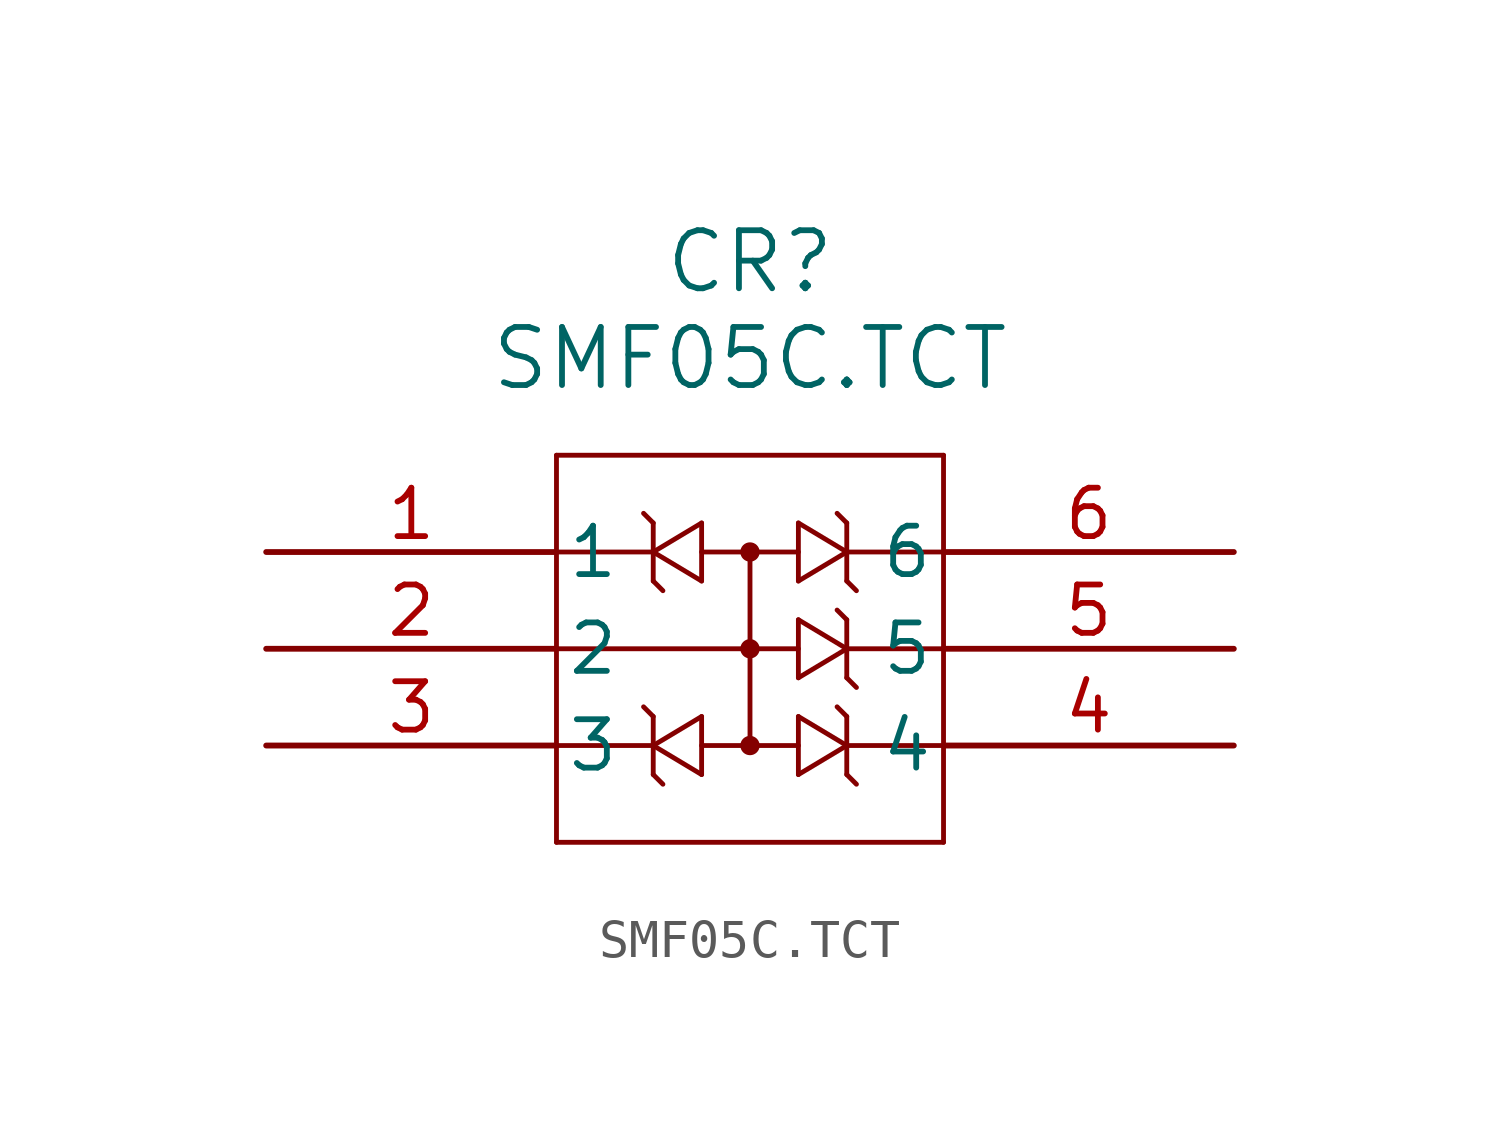
<source format=kicad_sym>
(kicad_symbol_lib
  (version 20211014)
  (generator kicad_symbol_editor)
  (symbol "SMF05C.TCT"
    (pin_names
      (offset 0.254))
    (property "Reference" "CR"
      (at 12.7 7.62 0)
      (effects (font (size 1.524 1.524))))
    (property "Value" "SMF05C.TCT"
      (at 12.7 5.08 0)
      (effects (font (size 1.524 1.524))))
    (symbol "SMF05C.TCT_0_1"
      (polyline (pts (xy 12.7 0) (xy 12.7 -5.08)) (stroke (width 0.127) (type default) (color 0 0 0 0)) (fill (type none)))
      (polyline (pts (xy 7.62 -7.62) (xy 17.78 -7.62)) (stroke (width 0.127) (type default) (color 0 0 0 0)) (fill (type none)))
      (polyline (pts (xy 17.78 2.54) (xy 7.62 2.54)) (stroke (width 0.127) (type default) (color 0 0 0 0)) (fill (type none)))
      (polyline (pts (xy 7.62 2.54) (xy 7.62 -7.62)) (stroke (width 0.127) (type default) (color 0 0 0 0)) (fill (type none)))
      (polyline (pts (xy 13.97 -2.54) (xy 7.62 -2.54)) (stroke (width 0.127) (type default) (color 0 0 0 0)) (fill (type none)))
      (polyline (pts (xy 11.43 0) (xy 13.97 0)) (stroke (width 0.127) (type default) (color 0 0 0 0)) (fill (type none)))
      (polyline (pts (xy 11.43 -5.08) (xy 13.97 -5.08)) (stroke (width 0.127) (type default) (color 0 0 0 0)) (fill (type none)))
      (polyline (pts (xy 10.16 0) (xy 7.62 0)) (stroke (width 0.127) (type default) (color 0 0 0 0)) (fill (type none)))
      (polyline (pts (xy 7.62 -5.08) (xy 10.16 -5.08)) (stroke (width 0.127) (type default) (color 0 0 0 0)) (fill (type none)))
      (polyline (pts (xy 11.43 0.762) (xy 11.43 -0.762)) (stroke (width 0.127) (type default) (color 0 0 0 0)) (fill (type none)))
      (polyline (pts (xy 11.43 -0.762) (xy 10.16 0)) (stroke (width 0.127) (type default) (color 0 0 0 0)) (fill (type none)))
      (polyline (pts (xy 10.16 0) (xy 11.43 0.762)) (stroke (width 0.127) (type default) (color 0 0 0 0)) (fill (type none)))
      (polyline (pts (xy 10.16 0.762) (xy 10.16 -0.762)) (stroke (width 0.127) (type default) (color 0 0 0 0)) (fill (type none)))
      (polyline (pts (xy 10.16 0.762) (xy 9.906 1.016)) (stroke (width 0.127) (type default) (color 0 0 0 0)) (fill (type none)))
      (polyline (pts (xy 10.16 -0.762) (xy 10.414 -1.016)) (stroke (width 0.127) (type default) (color 0 0 0 0)) (fill (type none)))
      (polyline (pts (xy 13.97 -0.762) (xy 13.97 0.762)) (stroke (width 0.127) (type default) (color 0 0 0 0)) (fill (type none)))
      (polyline (pts (xy 13.97 0.762) (xy 15.24 0)) (stroke (width 0.127) (type default) (color 0 0 0 0)) (fill (type none)))
      (polyline (pts (xy 15.24 0) (xy 13.97 -0.762)) (stroke (width 0.127) (type default) (color 0 0 0 0)) (fill (type none)))
      (polyline (pts (xy 15.24 -0.762) (xy 15.24 0.762)) (stroke (width 0.127) (type default) (color 0 0 0 0)) (fill (type none)))
      (polyline (pts (xy 15.24 -0.762) (xy 15.494 -1.016)) (stroke (width 0.127) (type default) (color 0 0 0 0)) (fill (type none)))
      (polyline (pts (xy 15.24 0.762) (xy 14.986 1.016)) (stroke (width 0.127) (type default) (color 0 0 0 0)) (fill (type none)))
      (polyline (pts (xy 15.24 0) (xy 17.78 0)) (stroke (width 0.127) (type default) (color 0 0 0 0)) (fill (type none)))
      (polyline (pts (xy 17.78 -5.08) (xy 15.24 -5.08)) (stroke (width 0.127) (type default) (color 0 0 0 0)) (fill (type none)))
      (polyline (pts (xy 13.97 -3.302) (xy 13.97 -1.778)) (stroke (width 0.127) (type default) (color 0 0 0 0)) (fill (type none)))
      (polyline (pts (xy 13.97 -1.778) (xy 15.24 -2.54)) (stroke (width 0.127) (type default) (color 0 0 0 0)) (fill (type none)))
      (polyline (pts (xy 15.24 -2.54) (xy 13.97 -3.302)) (stroke (width 0.127) (type default) (color 0 0 0 0)) (fill (type none)))
      (polyline (pts (xy 15.24 -3.302) (xy 15.24 -1.778)) (stroke (width 0.127) (type default) (color 0 0 0 0)) (fill (type none)))
      (polyline (pts (xy 15.24 -3.302) (xy 15.494 -3.556)) (stroke (width 0.127) (type default) (color 0 0 0 0)) (fill (type none)))
      (polyline (pts (xy 15.24 -1.778) (xy 14.986 -1.524)) (stroke (width 0.127) (type default) (color 0 0 0 0)) (fill (type none)))
      (polyline (pts (xy 13.97 -5.842) (xy 13.97 -4.318)) (stroke (width 0.127) (type default) (color 0 0 0 0)) (fill (type none)))
      (polyline (pts (xy 13.97 -4.318) (xy 15.24 -5.08)) (stroke (width 0.127) (type default) (color 0 0 0 0)) (fill (type none)))
      (polyline (pts (xy 15.24 -5.08) (xy 13.97 -5.842)) (stroke (width 0.127) (type default) (color 0 0 0 0)) (fill (type none)))
      (polyline (pts (xy 15.24 -5.842) (xy 15.24 -4.318)) (stroke (width 0.127) (type default) (color 0 0 0 0)) (fill (type none)))
      (polyline (pts (xy 15.24 -5.842) (xy 15.494 -6.096)) (stroke (width 0.127) (type default) (color 0 0 0 0)) (fill (type none)))
      (polyline (pts (xy 15.24 -4.318) (xy 14.986 -4.064)) (stroke (width 0.127) (type default) (color 0 0 0 0)) (fill (type none)))
      (circle (center 12.7 0) (radius 0.127) (stroke (width 0.254) (type default) (color 0 0 0 0)) (fill (type none)))
      (circle (center 12.7 -2.54) (radius 0.127) (stroke (width 0.254) (type default) (color 0 0 0 0)) (fill (type none)))
      (circle (center 12.7 -5.08) (radius 0.127) (stroke (width 0.254) (type default) (color 0 0 0 0)) (fill (type none)))
      (polyline (pts (xy 11.43 -4.318) (xy 11.43 -5.842)) (stroke (width 0.127) (type default) (color 0 0 0 0)) (fill (type none)))
      (polyline (pts (xy 11.43 -5.842) (xy 10.16 -5.08)) (stroke (width 0.127) (type default) (color 0 0 0 0)) (fill (type none)))
      (polyline (pts (xy 10.16 -5.08) (xy 11.43 -4.318)) (stroke (width 0.127) (type default) (color 0 0 0 0)) (fill (type none)))
      (polyline (pts (xy 10.16 -4.318) (xy 10.16 -5.842)) (stroke (width 0.127) (type default) (color 0 0 0 0)) (fill (type none)))
      (polyline (pts (xy 10.16 -4.318) (xy 9.906 -4.064)) (stroke (width 0.127) (type default) (color 0 0 0 0)) (fill (type none)))
      (polyline (pts (xy 10.16 -5.842) (xy 10.414 -6.096)) (stroke (width 0.127) (type default) (color 0 0 0 0)) (fill (type none)))
      (polyline (pts (xy 17.78 -7.62) (xy 17.78 2.54)) (stroke (width 0.127) (type default) (color 0 0 0 0)) (fill (type none)))
      (polyline (pts (xy 15.24 -2.54) (xy 17.78 -2.54)) (stroke (width 0.127) (type default) (color 0 0 0 0)) (fill (type none)))
      (pin unspecified line (at 0 0 0) (length 7.62) (name "1" (effects (font (size 1.27 1.27)))) (number "1" (effects (font (size 1.27 1.27)))))
      (pin unspecified line (at 0 -2.54 0) (length 7.62) (name "2" (effects (font (size 1.27 1.27)))) (number "2" (effects (font (size 1.27 1.27)))))
      (pin unspecified line (at 0 -5.08 0) (length 7.62) (name "3" (effects (font (size 1.27 1.27)))) (number "3" (effects (font (size 1.27 1.27)))))
      (pin unspecified line (at 25.4 -5.08 180) (length 7.62) (name "4" (effects (font (size 1.27 1.27)))) (number "4" (effects (font (size 1.27 1.27)))))
      (pin unspecified line (at 25.4 -2.54 180) (length 7.62) (name "5" (effects (font (size 1.27 1.27)))) (number "5" (effects (font (size 1.27 1.27)))))
      (pin unspecified line (at 25.4 0 180) (length 7.62) (name "6" (effects (font (size 1.27 1.27)))) (number "6" (effects (font (size 1.27 1.27))))))))
</source>
